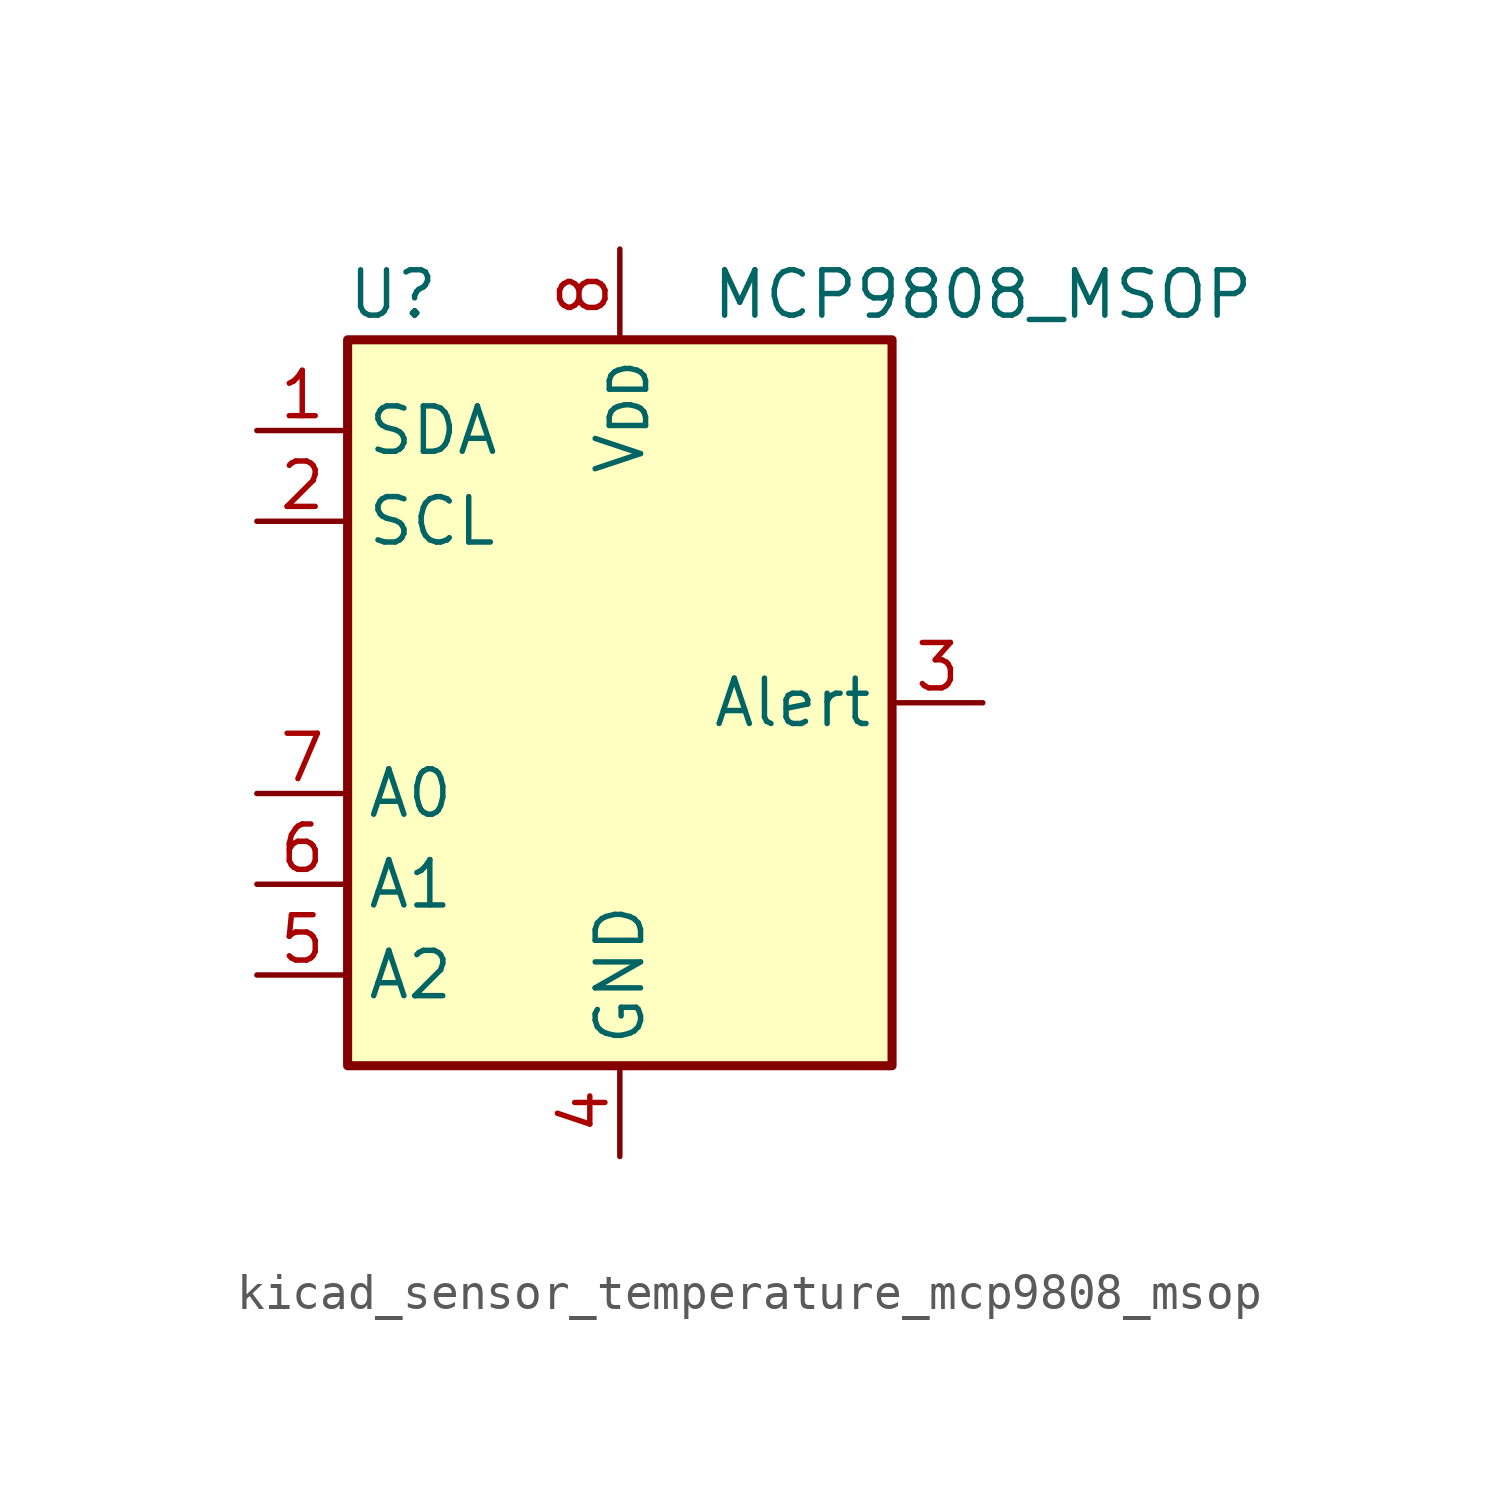
<source format=kicad_sym>
(kicad_symbol_lib
  (version 20220914)
  (generator kicad_symbol_editor)
  (symbol "kicad_sensor_temperature_mcp9808_msop"
    (property "Reference" "U"
      (at -6.35 11.43 0)
      (effects (font (size 1.27 1.27))))
    (property "Value" "MCP9808_MSOP"
      (at 10.16 11.43 0)
      (effects (font (size 1.27 1.27))))
    (symbol "kicad_sensor_temperature_mcp9808_msop_0_1"
      (rectangle (start -7.62 10.16) (end 7.62 -10.16) (stroke (width 0.254) (type default)) (fill (type background))))
    (symbol "kicad_sensor_temperature_mcp9808_msop_1_1"
      (pin bidirectional line (at -10.16 7.62 0) (length 2.54) (name "SDA" (effects (font (size 1.27 1.27)))) (number "1" (effects (font (size 1.27 1.27)))))
      (pin input line (at -10.16 5.08 0) (length 2.54) (name "SCL" (effects (font (size 1.27 1.27)))) (number "2" (effects (font (size 1.27 1.27)))))
      (pin output line (at 10.16 0 180) (length 2.54) (name "Alert" (effects (font (size 1.27 1.27)))) (number "3" (effects (font (size 1.27 1.27)))))
      (pin power_in line (at 0 -12.7 90) (length 2.54) (name "GND" (effects (font (size 1.27 1.27)))) (number "4" (effects (font (size 1.27 1.27)))))
      (pin input line (at -10.16 -7.62 0) (length 2.54) (name "A2" (effects (font (size 1.27 1.27)))) (number "5" (effects (font (size 1.27 1.27)))))
      (pin input line (at -10.16 -5.08 0) (length 2.54) (name "A1" (effects (font (size 1.27 1.27)))) (number "6" (effects (font (size 1.27 1.27)))))
      (pin input line (at -10.16 -2.54 0) (length 2.54) (name "A0" (effects (font (size 1.27 1.27)))) (number "7" (effects (font (size 1.27 1.27)))))
      (pin power_in line (at 0 12.7 270) (length 2.54) (name "V_{DD}" (effects (font (size 1.27 1.27)))) (number "8" (effects (font (size 1.27 1.27))))))))
</source>
